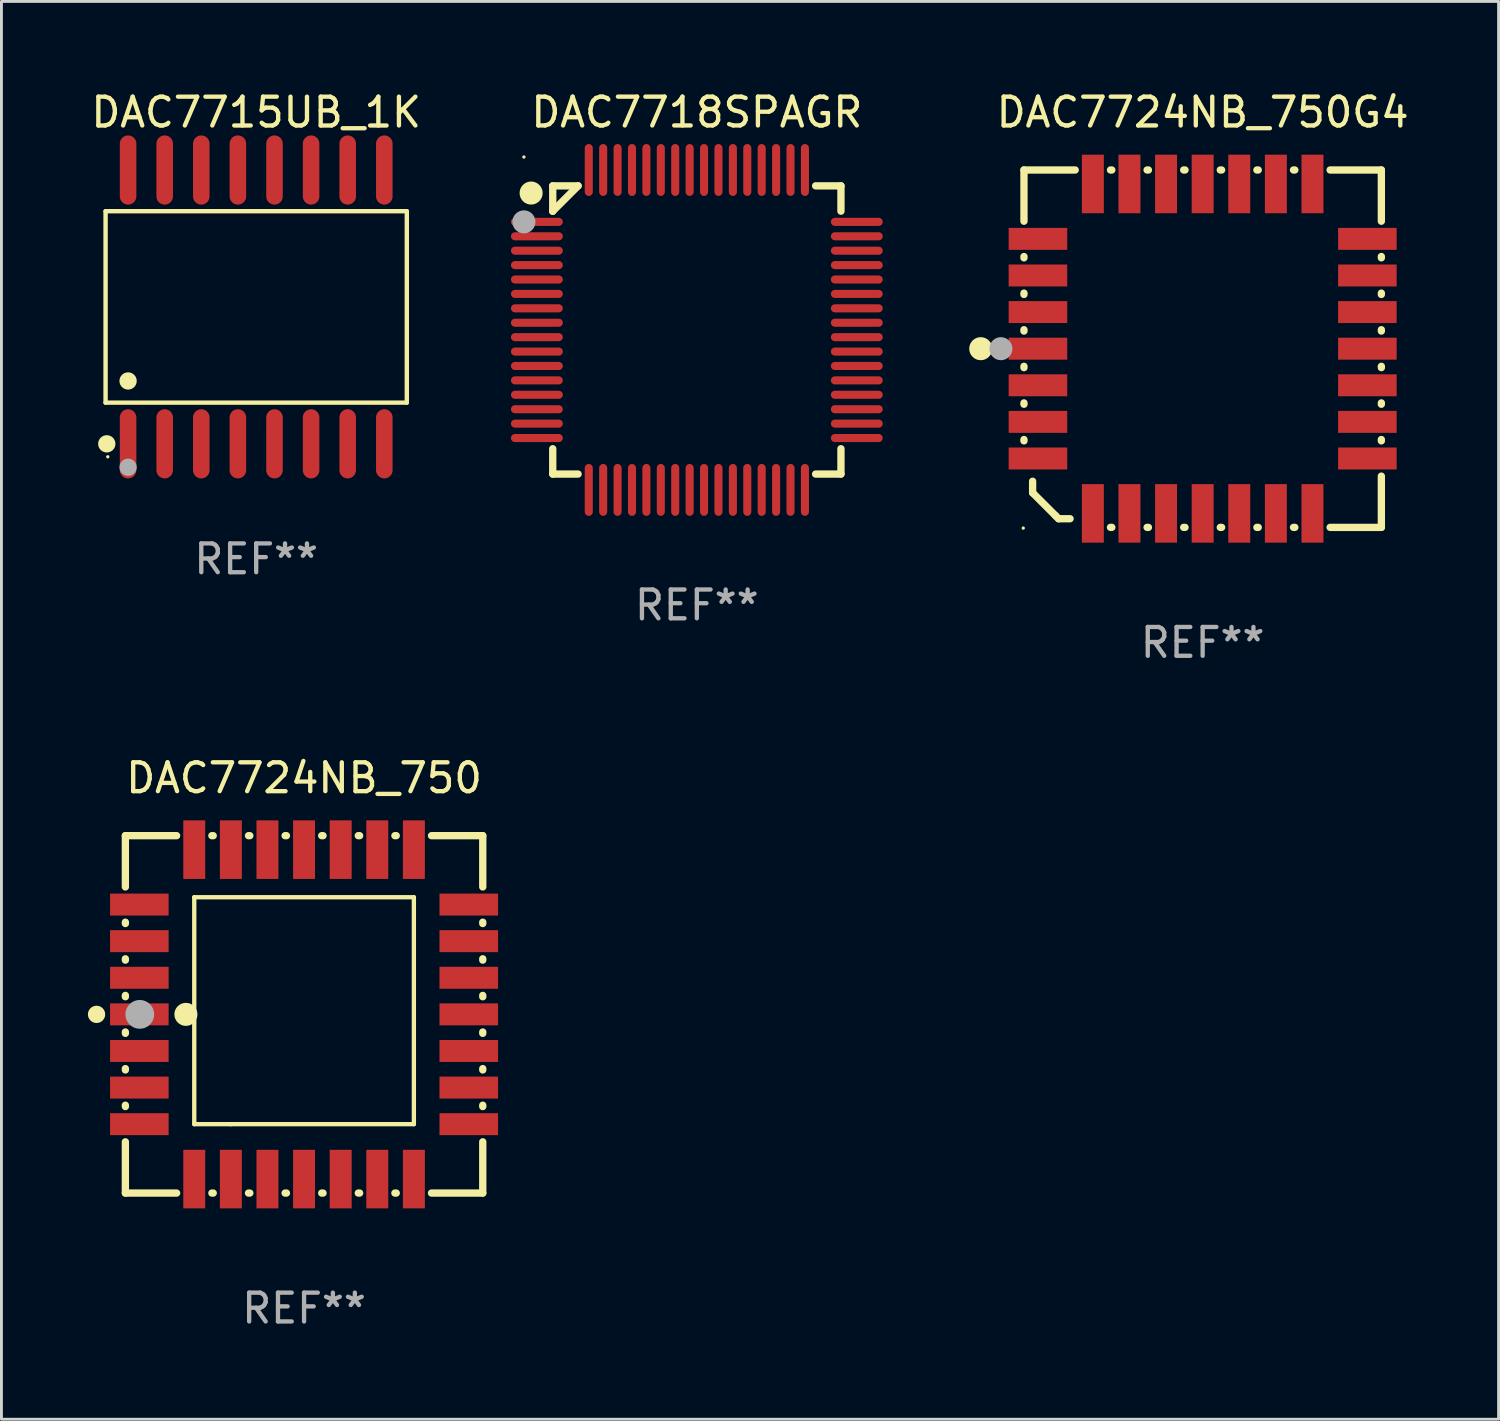
<source format=kicad_pcb>
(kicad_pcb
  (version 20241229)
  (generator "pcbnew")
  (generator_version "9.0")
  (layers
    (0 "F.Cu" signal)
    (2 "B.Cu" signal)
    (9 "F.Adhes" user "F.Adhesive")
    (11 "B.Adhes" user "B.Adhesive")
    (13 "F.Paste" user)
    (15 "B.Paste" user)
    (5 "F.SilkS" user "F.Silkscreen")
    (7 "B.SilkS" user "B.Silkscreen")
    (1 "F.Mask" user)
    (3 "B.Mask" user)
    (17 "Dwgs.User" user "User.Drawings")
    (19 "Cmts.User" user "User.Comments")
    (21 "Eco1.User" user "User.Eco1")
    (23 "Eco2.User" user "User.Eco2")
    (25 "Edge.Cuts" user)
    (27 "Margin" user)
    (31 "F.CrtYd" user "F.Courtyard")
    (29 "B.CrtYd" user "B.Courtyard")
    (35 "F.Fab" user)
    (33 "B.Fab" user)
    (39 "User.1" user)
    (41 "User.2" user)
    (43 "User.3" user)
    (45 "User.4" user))
  (footprint "DAC7724NB_750G4"
    (layer "F.Cu")
    (at 38.678 9.048)
    (property "Reference" "DAC7724NB_750G4" (at 0 -8.2 0) (layer "F.SilkS") (effects (font (size 1 1) (thickness 0.15))))
    (attr through_hole)
    (fp_line (start -6.2 -6.2) (end -4.422 -6.2) (stroke (width 0.254) (type solid)) (layer "F.SilkS"))
    (fp_line (start -6.2 -4.422) (end -6.2 -6.2) (stroke (width 0.254) (type solid)) (layer "F.SilkS"))
    (fp_line (start -6.2 -3.152) (end -6.2 -3.198) (stroke (width 0.254) (type solid)) (layer "F.SilkS"))
    (fp_line (start -6.2 -1.882) (end -6.2 -1.928) (stroke (width 0.254) (type solid)) (layer "F.SilkS"))
    (fp_line (start -6.2 -0.612) (end -6.2 -0.658) (stroke (width 0.254) (type solid)) (layer "F.SilkS"))
    (fp_line (start -6.2 0.658) (end -6.2 0.612) (stroke (width 0.254) (type solid)) (layer "F.SilkS"))
    (fp_line (start -6.2 1.928) (end -6.2 1.882) (stroke (width 0.254) (type solid)) (layer "F.SilkS"))
    (fp_line (start -6.2 3.198) (end -6.2 3.152) (stroke (width 0.254) (type solid)) (layer "F.SilkS"))
    (fp_line (start -5.9 4.6) (end -5.9 5) (stroke (width 0.254) (type solid)) (layer "F.SilkS"))
    (fp_line (start -5.9 5) (end -5.1 5.8) (stroke (width 0.254) (type solid)) (layer "F.SilkS"))
    (fp_line (start -5.1 5.8) (end -5 5.9) (stroke (width 0.254) (type solid)) (layer "F.SilkS"))
    (fp_line (start -5 5.9) (end -4.6 5.9) (stroke (width 0.254) (type solid)) (layer "F.SilkS"))
    (fp_line (start -3.198 -6.2) (end -3.152 -6.2) (stroke (width 0.254) (type solid)) (layer "F.SilkS"))
    (fp_line (start -3.152 6.2) (end -3.198 6.2) (stroke (width 0.254) (type solid)) (layer "F.SilkS"))
    (fp_line (start -1.928 -6.2) (end -1.882 -6.2) (stroke (width 0.254) (type solid)) (layer "F.SilkS"))
    (fp_line (start -1.882 6.2) (end -1.928 6.2) (stroke (width 0.254) (type solid)) (layer "F.SilkS"))
    (fp_line (start -0.658 -6.2) (end -0.612 -6.2) (stroke (width 0.254) (type solid)) (layer "F.SilkS"))
    (fp_line (start -0.612 6.2) (end -0.658 6.2) (stroke (width 0.254) (type solid)) (layer "F.SilkS"))
    (fp_line (start 0.612 -6.2) (end 0.658 -6.2) (stroke (width 0.254) (type solid)) (layer "F.SilkS"))
    (fp_line (start 0.658 6.2) (end 0.612 6.2) (stroke (width 0.254) (type solid)) (layer "F.SilkS"))
    (fp_line (start 1.882 -6.2) (end 1.928 -6.2) (stroke (width 0.254) (type solid)) (layer "F.SilkS"))
    (fp_line (start 1.928 6.2) (end 1.882 6.2) (stroke (width 0.254) (type solid)) (layer "F.SilkS"))
    (fp_line (start 3.152 -6.2) (end 3.198 -6.2) (stroke (width 0.254) (type solid)) (layer "F.SilkS"))
    (fp_line (start 3.198 6.2) (end 3.152 6.2) (stroke (width 0.254) (type solid)) (layer "F.SilkS"))
    (fp_line (start 4.422 -6.2) (end 6.2 -6.2) (stroke (width 0.254) (type solid)) (layer "F.SilkS"))
    (fp_line (start 6.2 -6.2) (end 6.2 -4.422) (stroke (width 0.254) (type solid)) (layer "F.SilkS"))
    (fp_line (start 6.2 -3.198) (end 6.2 -3.152) (stroke (width 0.254) (type solid)) (layer "F.SilkS"))
    (fp_line (start 6.2 -1.928) (end 6.2 -1.882) (stroke (width 0.254) (type solid)) (layer "F.SilkS"))
    (fp_line (start 6.2 -0.658) (end 6.2 -0.612) (stroke (width 0.254) (type solid)) (layer "F.SilkS"))
    (fp_line (start 6.2 0.612) (end 6.2 0.658) (stroke (width 0.254) (type solid)) (layer "F.SilkS"))
    (fp_line (start 6.2 1.882) (end 6.2 1.928) (stroke (width 0.254) (type solid)) (layer "F.SilkS"))
    (fp_line (start 6.2 3.152) (end 6.2 3.198) (stroke (width 0.254) (type solid)) (layer "F.SilkS"))
    (fp_line (start 6.2 4.422) (end 6.2 6.2) (stroke (width 0.254) (type solid)) (layer "F.SilkS"))
    (fp_line (start 6.2 6.2) (end 4.422 6.2) (stroke (width 0.254) (type solid)) (layer "F.SilkS"))
    (fp_circle (center -7.7 0) (end -7.5 0) (stroke (width 0.4) (type solid)) (fill no) (layer "F.SilkS"))
    (fp_circle (center -6.225 6.225) (end -6.195 6.225) (stroke (width 0.06) (type solid)) (fill no) (layer "F.SilkS"))
    (fp_circle (center -7 0) (end -6.8 0) (stroke (width 0.4) (type solid)) (fill no) (layer "F.Fab"))
    (fp_text user "REF**" (at 0 10.2 0) (layer "F.Fab") (effects (font (size 1 1) (thickness 0.15))))
    (pad "1" smd rect (at -5.715 0) (size 2.032 0.762) (layers "F.Cu" "F.Mask" "F.Paste"))
    (pad "2" smd rect (at -5.715 1.27) (size 2.032 0.762) (layers "F.Cu" "F.Mask" "F.Paste"))
    (pad "3" smd rect (at -5.715 2.54) (size 2.032 0.762) (layers "F.Cu" "F.Mask" "F.Paste"))
    (pad "4" smd rect (at -5.715 3.81) (size 2.032 0.762) (layers "F.Cu" "F.Mask" "F.Paste"))
    (pad "5" smd rect (at -3.81 5.715) (size 0.762 2.032) (layers "F.Cu" "F.Mask" "F.Paste"))
    (pad "6" smd rect (at -2.54 5.715) (size 0.762 2.032) (layers "F.Cu" "F.Mask" "F.Paste"))
    (pad "7" smd rect (at -1.27 5.715) (size 0.762 2.032) (layers "F.Cu" "F.Mask" "F.Paste"))
    (pad "8" smd rect (at 0 5.715) (size 0.762 2.032) (layers "F.Cu" "F.Mask" "F.Paste"))
    (pad "9" smd rect (at 1.27 5.715) (size 0.762 2.032) (layers "F.Cu" "F.Mask" "F.Paste"))
    (pad "10" smd rect (at 2.54 5.715) (size 0.762 2.032) (layers "F.Cu" "F.Mask" "F.Paste"))
    (pad "11" smd rect (at 3.81 5.715) (size 0.762 2.032) (layers "F.Cu" "F.Mask" "F.Paste"))
    (pad "12" smd rect (at 5.715 3.81) (size 2.032 0.762) (layers "F.Cu" "F.Mask" "F.Paste"))
    (pad "13" smd rect (at 5.715 2.54) (size 2.032 0.762) (layers "F.Cu" "F.Mask" "F.Paste"))
    (pad "14" smd rect (at 5.715 1.27) (size 2.032 0.762) (layers "F.Cu" "F.Mask" "F.Paste"))
    (pad "15" smd rect (at 5.715 0) (size 2.032 0.762) (layers "F.Cu" "F.Mask" "F.Paste"))
    (pad "16" smd rect (at 5.715 -1.27) (size 2.032 0.762) (layers "F.Cu" "F.Mask" "F.Paste"))
    (pad "17" smd rect (at 5.715 -2.54) (size 2.032 0.762) (layers "F.Cu" "F.Mask" "F.Paste"))
    (pad "18" smd rect (at 5.715 -3.81) (size 2.032 0.762) (layers "F.Cu" "F.Mask" "F.Paste"))
    (pad "19" smd rect (at 3.81 -5.715) (size 0.762 2.032) (layers "F.Cu" "F.Mask" "F.Paste"))
    (pad "20" smd rect (at 2.54 -5.715) (size 0.762 2.032) (layers "F.Cu" "F.Mask" "F.Paste"))
    (pad "21" smd rect (at 1.27 -5.715) (size 0.762 2.032) (layers "F.Cu" "F.Mask" "F.Paste"))
    (pad "22" smd rect (at 0 -5.715) (size 0.762 2.032) (layers "F.Cu" "F.Mask" "F.Paste"))
    (pad "23" smd rect (at -1.27 -5.715) (size 0.762 2.032) (layers "F.Cu" "F.Mask" "F.Paste"))
    (pad "24" smd rect (at -2.54 -5.715) (size 0.762 2.032) (layers "F.Cu" "F.Mask" "F.Paste"))
    (pad "25" smd rect (at -3.81 -5.715) (size 0.762 2.032) (layers "F.Cu" "F.Mask" "F.Paste"))
    (pad "26" smd rect (at -5.715 -3.81) (size 2.032 0.762) (layers "F.Cu" "F.Mask" "F.Paste"))
    (pad "27" smd rect (at -5.715 -2.54) (size 2.032 0.762) (layers "F.Cu" "F.Mask" "F.Paste"))
    (pad "28" smd rect (at -5.715 -1.27) (size 2.032 0.762) (layers "F.Cu" "F.Mask" "F.Paste")))
  (footprint "DAC7718SPAGR"
    (layer "F.Cu")
    (at 21.128 8.398)
    (property "Reference" "DAC7718SPAGR" (at 0 -7.55 0) (layer "F.SilkS") (effects (font (size 1 1) (thickness 0.15))))
    (attr through_hole)
    (fp_line (start -5 -5) (end -4.121 -5) (stroke (width 0.254) (type solid)) (layer "F.SilkS"))
    (fp_line (start -5 -4.121) (end -5 -5) (stroke (width 0.254) (type solid)) (layer "F.SilkS"))
    (fp_line (start -5 -4.121) (end -5 -4.121) (stroke (width 0.254) (type solid)) (layer "F.SilkS"))
    (fp_line (start -5 -4.121) (end -4.121 -5) (stroke (width 0.254) (type solid)) (layer "F.SilkS"))
    (fp_line (start -5 5) (end -5 4.121) (stroke (width 0.254) (type solid)) (layer "F.SilkS"))
    (fp_line (start -4.121 5) (end -5 5) (stroke (width 0.254) (type solid)) (layer "F.SilkS"))
    (fp_line (start 4.121 -5) (end 5 -5) (stroke (width 0.254) (type solid)) (layer "F.SilkS"))
    (fp_line (start 5 -5) (end 5 -4.121) (stroke (width 0.254) (type solid)) (layer "F.SilkS"))
    (fp_line (start 5 4.121) (end 5 5) (stroke (width 0.254) (type solid)) (layer "F.SilkS"))
    (fp_line (start 5 5) (end 4.121 5) (stroke (width 0.254) (type solid)) (layer "F.SilkS"))
    (fp_circle (center -6 -6) (end -5.97 -6) (stroke (width 0.06) (type solid)) (fill no) (layer "F.SilkS"))
    (fp_circle (center -5.75 -4.75) (end -5.55 -4.75) (stroke (width 0.4) (type solid)) (fill no) (layer "F.SilkS"))
    (fp_circle (center -6 -3.75) (end -5.8 -3.75) (stroke (width 0.4) (type solid)) (fill no) (layer "F.Fab"))
    (fp_text user "REF**" (at 0 9.55 0) (layer "F.Fab") (effects (font (size 1 1) (thickness 0.15))))
    (pad "1" smd oval (at -5.55 -3.75 90) (size 0.28 1.8) (layers "F.Cu" "F.Mask" "F.Paste"))
    (pad "2" smd oval (at -5.55 -3.25 90) (size 0.28 1.8) (layers "F.Cu" "F.Mask" "F.Paste"))
    (pad "3" smd oval (at -5.55 -2.75 90) (size 0.28 1.8) (layers "F.Cu" "F.Mask" "F.Paste"))
    (pad "4" smd oval (at -5.55 -2.25 90) (size 0.28 1.8) (layers "F.Cu" "F.Mask" "F.Paste"))
    (pad "5" smd oval (at -5.55 -1.75 90) (size 0.28 1.8) (layers "F.Cu" "F.Mask" "F.Paste"))
    (pad "6" smd oval (at -5.55 -1.25 90) (size 0.28 1.8) (layers "F.Cu" "F.Mask" "F.Paste"))
    (pad "7" smd oval (at -5.55 -0.75 90) (size 0.28 1.8) (layers "F.Cu" "F.Mask" "F.Paste"))
    (pad "8" smd oval (at -5.55 -0.25 90) (size 0.28 1.8) (layers "F.Cu" "F.Mask" "F.Paste"))
    (pad "9" smd oval (at -5.55 0.25 90) (size 0.28 1.8) (layers "F.Cu" "F.Mask" "F.Paste"))
    (pad "10" smd oval (at -5.55 0.75 90) (size 0.28 1.8) (layers "F.Cu" "F.Mask" "F.Paste"))
    (pad "11" smd oval (at -5.55 1.25 90) (size 0.28 1.8) (layers "F.Cu" "F.Mask" "F.Paste"))
    (pad "12" smd oval (at -5.55 1.75 90) (size 0.28 1.8) (layers "F.Cu" "F.Mask" "F.Paste"))
    (pad "13" smd oval (at -5.55 2.25 90) (size 0.28 1.8) (layers "F.Cu" "F.Mask" "F.Paste"))
    (pad "14" smd oval (at -5.55 2.75 90) (size 0.28 1.8) (layers "F.Cu" "F.Mask" "F.Paste"))
    (pad "15" smd oval (at -5.55 3.25 90) (size 0.28 1.8) (layers "F.Cu" "F.Mask" "F.Paste"))
    (pad "16" smd oval (at -5.55 3.75 90) (size 0.28 1.8) (layers "F.Cu" "F.Mask" "F.Paste"))
    (pad "17" smd oval (at -3.75 5.55) (size 0.28 1.8) (layers "F.Cu" "F.Mask" "F.Paste"))
    (pad "18" smd oval (at -3.25 5.55) (size 0.28 1.8) (layers "F.Cu" "F.Mask" "F.Paste"))
    (pad "19" smd oval (at -2.75 5.55) (size 0.28 1.8) (layers "F.Cu" "F.Mask" "F.Paste"))
    (pad "20" smd oval (at -2.25 5.55) (size 0.28 1.8) (layers "F.Cu" "F.Mask" "F.Paste"))
    (pad "21" smd oval (at -1.75 5.55) (size 0.28 1.8) (layers "F.Cu" "F.Mask" "F.Paste"))
    (pad "22" smd oval (at -1.25 5.55) (size 0.28 1.8) (layers "F.Cu" "F.Mask" "F.Paste"))
    (pad "23" smd oval (at -0.75 5.55) (size 0.28 1.8) (layers "F.Cu" "F.Mask" "F.Paste"))
    (pad "24" smd oval (at -0.25 5.55) (size 0.28 1.8) (layers "F.Cu" "F.Mask" "F.Paste"))
    (pad "25" smd oval (at 0.25 5.55) (size 0.28 1.8) (layers "F.Cu" "F.Mask" "F.Paste"))
    (pad "26" smd oval (at 0.75 5.55) (size 0.28 1.8) (layers "F.Cu" "F.Mask" "F.Paste"))
    (pad "27" smd oval (at 1.25 5.55) (size 0.28 1.8) (layers "F.Cu" "F.Mask" "F.Paste"))
    (pad "28" smd oval (at 1.75 5.55) (size 0.28 1.8) (layers "F.Cu" "F.Mask" "F.Paste"))
    (pad "29" smd oval (at 2.25 5.55) (size 0.28 1.8) (layers "F.Cu" "F.Mask" "F.Paste"))
    (pad "30" smd oval (at 2.75 5.55) (size 0.28 1.8) (layers "F.Cu" "F.Mask" "F.Paste"))
    (pad "31" smd oval (at 3.25 5.55) (size 0.28 1.8) (layers "F.Cu" "F.Mask" "F.Paste"))
    (pad "32" smd oval (at 3.75 5.55) (size 0.28 1.8) (layers "F.Cu" "F.Mask" "F.Paste"))
    (pad "33" smd oval (at 5.55 3.75 90) (size 0.28 1.8) (layers "F.Cu" "F.Mask" "F.Paste"))
    (pad "34" smd oval (at 5.55 3.25 90) (size 0.28 1.8) (layers "F.Cu" "F.Mask" "F.Paste"))
    (pad "35" smd oval (at 5.55 2.75 90) (size 0.28 1.8) (layers "F.Cu" "F.Mask" "F.Paste"))
    (pad "36" smd oval (at 5.55 2.25 90) (size 0.28 1.8) (layers "F.Cu" "F.Mask" "F.Paste"))
    (pad "37" smd oval (at 5.55 1.75 90) (size 0.28 1.8) (layers "F.Cu" "F.Mask" "F.Paste"))
    (pad "38" smd oval (at 5.55 1.25 90) (size 0.28 1.8) (layers "F.Cu" "F.Mask" "F.Paste"))
    (pad "39" smd oval (at 5.55 0.75 90) (size 0.28 1.8) (layers "F.Cu" "F.Mask" "F.Paste"))
    (pad "40" smd oval (at 5.55 0.25 90) (size 0.28 1.8) (layers "F.Cu" "F.Mask" "F.Paste"))
    (pad "41" smd oval (at 5.55 -0.25 90) (size 0.28 1.8) (layers "F.Cu" "F.Mask" "F.Paste"))
    (pad "42" smd oval (at 5.55 -0.75 90) (size 0.28 1.8) (layers "F.Cu" "F.Mask" "F.Paste"))
    (pad "43" smd oval (at 5.55 -1.25 90) (size 0.28 1.8) (layers "F.Cu" "F.Mask" "F.Paste"))
    (pad "44" smd oval (at 5.55 -1.75 90) (size 0.28 1.8) (layers "F.Cu" "F.Mask" "F.Paste"))
    (pad "45" smd oval (at 5.55 -2.25 90) (size 0.28 1.8) (layers "F.Cu" "F.Mask" "F.Paste"))
    (pad "46" smd oval (at 5.55 -2.75 90) (size 0.28 1.8) (layers "F.Cu" "F.Mask" "F.Paste"))
    (pad "47" smd oval (at 5.55 -3.25 90) (size 0.28 1.8) (layers "F.Cu" "F.Mask" "F.Paste"))
    (pad "48" smd oval (at 5.55 -3.75 90) (size 0.28 1.8) (layers "F.Cu" "F.Mask" "F.Paste"))
    (pad "49" smd oval (at 3.75 -5.55) (size 0.28 1.8) (layers "F.Cu" "F.Mask" "F.Paste"))
    (pad "50" smd oval (at 3.25 -5.55) (size 0.28 1.8) (layers "F.Cu" "F.Mask" "F.Paste"))
    (pad "51" smd oval (at 2.75 -5.55) (size 0.28 1.8) (layers "F.Cu" "F.Mask" "F.Paste"))
    (pad "52" smd oval (at 2.25 -5.55) (size 0.28 1.8) (layers "F.Cu" "F.Mask" "F.Paste"))
    (pad "53" smd oval (at 1.75 -5.55) (size 0.28 1.8) (layers "F.Cu" "F.Mask" "F.Paste"))
    (pad "54" smd oval (at 1.25 -5.55) (size 0.28 1.8) (layers "F.Cu" "F.Mask" "F.Paste"))
    (pad "55" smd oval (at 0.75 -5.55) (size 0.28 1.8) (layers "F.Cu" "F.Mask" "F.Paste"))
    (pad "56" smd oval (at 0.25 -5.55) (size 0.28 1.8) (layers "F.Cu" "F.Mask" "F.Paste"))
    (pad "57" smd oval (at -0.25 -5.55) (size 0.28 1.8) (layers "F.Cu" "F.Mask" "F.Paste"))
    (pad "58" smd oval (at -0.75 -5.55) (size 0.28 1.8) (layers "F.Cu" "F.Mask" "F.Paste"))
    (pad "59" smd oval (at -1.25 -5.55) (size 0.28 1.8) (layers "F.Cu" "F.Mask" "F.Paste"))
    (pad "60" smd oval (at -1.75 -5.55) (size 0.28 1.8) (layers "F.Cu" "F.Mask" "F.Paste"))
    (pad "61" smd oval (at -2.25 -5.55) (size 0.28 1.8) (layers "F.Cu" "F.Mask" "F.Paste"))
    (pad "62" smd oval (at -2.75 -5.55) (size 0.28 1.8) (layers "F.Cu" "F.Mask" "F.Paste"))
    (pad "63" smd oval (at -3.25 -5.55) (size 0.28 1.8) (layers "F.Cu" "F.Mask" "F.Paste"))
    (pad "64" smd oval (at -3.75 -5.55) (size 0.28 1.8) (layers "F.Cu" "F.Mask" "F.Paste")))
  (footprint "DAC7715UB_1K"
    (layer "F.Cu")
    (at 5.839 7.599)
    (property "Reference" "DAC7715UB_1K" (at 0 -6.75 0) (layer "F.SilkS") (effects (font (size 1 1) (thickness 0.15))))
    (attr through_hole)
    (fp_line (start -5.226 -3.321) (end 5.226 -3.321) (stroke (width 0.152) (type solid)) (layer "F.SilkS"))
    (fp_line (start -5.226 3.321) (end -5.226 -3.321) (stroke (width 0.152) (type solid)) (layer "F.SilkS"))
    (fp_line (start 5.226 -3.321) (end 5.226 3.321) (stroke (width 0.152) (type solid)) (layer "F.SilkS"))
    (fp_line (start 5.226 3.321) (end -5.226 3.321) (stroke (width 0.152) (type solid)) (layer "F.SilkS"))
    (fp_circle (center -5.184 4.75) (end -5.034 4.75) (stroke (width 0.3) (type solid)) (fill no) (layer "F.SilkS"))
    (fp_circle (center -5.15 5.2) (end -5.12 5.2) (stroke (width 0.06) (type solid)) (fill no) (layer "F.SilkS"))
    (fp_circle (center -4.445 2.569) (end -4.295 2.569) (stroke (width 0.3) (type solid)) (fill no) (layer "F.SilkS"))
    (fp_circle (center -4.445 5.563) (end -4.295 5.563) (stroke (width 0.3) (type solid)) (fill no) (layer "F.Fab"))
    (fp_text user "REF**" (at 0 8.75 0) (layer "F.Fab") (effects (font (size 1 1) (thickness 0.15))))
    (pad "1" smd oval (at -4.445 4.75) (size 0.574 2.401) (layers "F.Cu" "F.Mask" "F.Paste"))
    (pad "2" smd oval (at -3.175 4.75) (size 0.574 2.401) (layers "F.Cu" "F.Mask" "F.Paste"))
    (pad "3" smd oval (at -1.905 4.75) (size 0.574 2.401) (layers "F.Cu" "F.Mask" "F.Paste"))
    (pad "4" smd oval (at -0.635 4.75) (size 0.574 2.401) (layers "F.Cu" "F.Mask" "F.Paste"))
    (pad "5" smd oval (at 0.635 4.75) (size 0.574 2.401) (layers "F.Cu" "F.Mask" "F.Paste"))
    (pad "6" smd oval (at 1.905 4.75) (size 0.574 2.401) (layers "F.Cu" "F.Mask" "F.Paste"))
    (pad "7" smd oval (at 3.175 4.75) (size 0.574 2.401) (layers "F.Cu" "F.Mask" "F.Paste"))
    (pad "8" smd oval (at 4.445 4.75) (size 0.574 2.401) (layers "F.Cu" "F.Mask" "F.Paste"))
    (pad "9" smd oval (at 4.445 -4.75) (size 0.574 2.401) (layers "F.Cu" "F.Mask" "F.Paste"))
    (pad "10" smd oval (at 3.175 -4.75) (size 0.574 2.401) (layers "F.Cu" "F.Mask" "F.Paste"))
    (pad "11" smd oval (at 1.905 -4.75) (size 0.574 2.401) (layers "F.Cu" "F.Mask" "F.Paste"))
    (pad "12" smd oval (at 0.635 -4.75) (size 0.574 2.401) (layers "F.Cu" "F.Mask" "F.Paste"))
    (pad "13" smd oval (at -0.635 -4.75) (size 0.574 2.401) (layers "F.Cu" "F.Mask" "F.Paste"))
    (pad "14" smd oval (at -1.905 -4.75) (size 0.574 2.401) (layers "F.Cu" "F.Mask" "F.Paste"))
    (pad "15" smd oval (at -3.175 -4.75) (size 0.574 2.401) (layers "F.Cu" "F.Mask" "F.Paste"))
    (pad "16" smd oval (at -4.445 -4.75) (size 0.574 2.401) (layers "F.Cu" "F.Mask" "F.Paste")))
  (footprint "DAC7724NB_750"
    (layer "F.Cu")
    (at 7.5 32.145)
    (property "Reference" "DAC7724NB_750" (at 0 -8.2 0) (layer "F.SilkS") (effects (font (size 1 1) (thickness 0.15))))
    (attr through_hole)
    (fp_line (start -6.2 -6.2) (end -4.422 -6.2) (stroke (width 0.254) (type solid)) (layer "F.SilkS"))
    (fp_line (start -6.2 -4.422) (end -6.2 -6.2) (stroke (width 0.254) (type solid)) (layer "F.SilkS"))
    (fp_line (start -6.2 -3.152) (end -6.2 -3.198) (stroke (width 0.254) (type solid)) (layer "F.SilkS"))
    (fp_line (start -6.2 -1.882) (end -6.2 -1.928) (stroke (width 0.254) (type solid)) (layer "F.SilkS"))
    (fp_line (start -6.2 -0.612) (end -6.2 -0.658) (stroke (width 0.254) (type solid)) (layer "F.SilkS"))
    (fp_line (start -6.2 0.658) (end -6.2 0.612) (stroke (width 0.254) (type solid)) (layer "F.SilkS"))
    (fp_line (start -6.2 1.928) (end -6.2 1.882) (stroke (width 0.254) (type solid)) (layer "F.SilkS"))
    (fp_line (start -6.2 3.198) (end -6.2 3.152) (stroke (width 0.254) (type solid)) (layer "F.SilkS"))
    (fp_line (start -6.2 6.2) (end -6.2 4.422) (stroke (width 0.254) (type solid)) (layer "F.SilkS"))
    (fp_line (start -4.422 6.2) (end -6.2 6.2) (stroke (width 0.254) (type solid)) (layer "F.SilkS"))
    (fp_line (start -3.81 -4.064) (end 3.81 -4.064) (stroke (width 0.15) (type solid)) (layer "F.SilkS"))
    (fp_line (start -3.81 3.81) (end -3.81 -4.064) (stroke (width 0.15) (type solid)) (layer "F.SilkS"))
    (fp_line (start -3.198 -6.2) (end -3.152 -6.2) (stroke (width 0.254) (type solid)) (layer "F.SilkS"))
    (fp_line (start -3.152 6.2) (end -3.198 6.2) (stroke (width 0.254) (type solid)) (layer "F.SilkS"))
    (fp_line (start -2.54 3.81) (end -3.81 3.81) (stroke (width 0.15) (type solid)) (layer "F.SilkS"))
    (fp_line (start -1.928 -6.2) (end -1.882 -6.2) (stroke (width 0.254) (type solid)) (layer "F.SilkS"))
    (fp_line (start -1.882 6.2) (end -1.928 6.2) (stroke (width 0.254) (type solid)) (layer "F.SilkS"))
    (fp_line (start -0.658 -6.2) (end -0.612 -6.2) (stroke (width 0.254) (type solid)) (layer "F.SilkS"))
    (fp_line (start -0.612 6.2) (end -0.658 6.2) (stroke (width 0.254) (type solid)) (layer "F.SilkS"))
    (fp_line (start 0.612 -6.2) (end 0.658 -6.2) (stroke (width 0.254) (type solid)) (layer "F.SilkS"))
    (fp_line (start 0.658 6.2) (end 0.612 6.2) (stroke (width 0.254) (type solid)) (layer "F.SilkS"))
    (fp_line (start 1.882 -6.2) (end 1.928 -6.2) (stroke (width 0.254) (type solid)) (layer "F.SilkS"))
    (fp_line (start 1.928 6.2) (end 1.882 6.2) (stroke (width 0.254) (type solid)) (layer "F.SilkS"))
    (fp_line (start 3.152 -6.2) (end 3.198 -6.2) (stroke (width 0.254) (type solid)) (layer "F.SilkS"))
    (fp_line (start 3.198 6.2) (end 3.152 6.2) (stroke (width 0.254) (type solid)) (layer "F.SilkS"))
    (fp_line (start 3.81 -4.064) (end 3.81 3.81) (stroke (width 0.15) (type solid)) (layer "F.SilkS"))
    (fp_line (start 3.81 3.81) (end -2.54 3.81) (stroke (width 0.15) (type solid)) (layer "F.SilkS"))
    (fp_line (start 4.422 -6.2) (end 6.2 -6.2) (stroke (width 0.254) (type solid)) (layer "F.SilkS"))
    (fp_line (start 6.2 -6.2) (end 6.2 -4.422) (stroke (width 0.254) (type solid)) (layer "F.SilkS"))
    (fp_line (start 6.2 -3.198) (end 6.2 -3.152) (stroke (width 0.254) (type solid)) (layer "F.SilkS"))
    (fp_line (start 6.2 -1.928) (end 6.2 -1.882) (stroke (width 0.254) (type solid)) (layer "F.SilkS"))
    (fp_line (start 6.2 -0.658) (end 6.2 -0.612) (stroke (width 0.254) (type solid)) (layer "F.SilkS"))
    (fp_line (start 6.2 0.612) (end 6.2 0.658) (stroke (width 0.254) (type solid)) (layer "F.SilkS"))
    (fp_line (start 6.2 1.882) (end 6.2 1.928) (stroke (width 0.254) (type solid)) (layer "F.SilkS"))
    (fp_line (start 6.2 3.152) (end 6.2 3.198) (stroke (width 0.254) (type solid)) (layer "F.SilkS"))
    (fp_line (start 6.2 4.422) (end 6.2 6.2) (stroke (width 0.254) (type solid)) (layer "F.SilkS"))
    (fp_line (start 6.2 6.2) (end 4.422 6.2) (stroke (width 0.254) (type solid)) (layer "F.SilkS"))
    (fp_circle (center -7.2 0) (end -7.05 0) (stroke (width 0.3) (type solid)) (fill no) (layer "F.SilkS"))
    (fp_circle (center -6.223 6.223) (end -6.193 6.223) (stroke (width 0.06) (type solid)) (fill no) (layer "F.SilkS"))
    (fp_circle (center -4.1 0) (end -3.9 0) (stroke (width 0.4) (type solid)) (fill no) (layer "F.SilkS"))
    (fp_circle (center -5.7 0) (end -5.45 0) (stroke (width 0.5) (type solid)) (fill no) (layer "F.Fab"))
    (fp_text user "REF**" (at 0 10.2 0) (layer "F.Fab") (effects (font (size 1 1) (thickness 0.15))))
    (pad "1" smd rect (at -5.715 0) (size 2.032 0.762) (layers "F.Cu" "F.Mask" "F.Paste"))
    (pad "2" smd rect (at -5.715 1.27) (size 2.032 0.762) (layers "F.Cu" "F.Mask" "F.Paste"))
    (pad "3" smd rect (at -5.715 2.54) (size 2.032 0.762) (layers "F.Cu" "F.Mask" "F.Paste"))
    (pad "4" smd rect (at -5.715 3.81) (size 2.032 0.762) (layers "F.Cu" "F.Mask" "F.Paste"))
    (pad "5" smd rect (at -3.81 5.715) (size 0.762 2.032) (layers "F.Cu" "F.Mask" "F.Paste"))
    (pad "6" smd rect (at -2.54 5.715) (size 0.762 2.032) (layers "F.Cu" "F.Mask" "F.Paste"))
    (pad "7" smd rect (at -1.27 5.715) (size 0.762 2.032) (layers "F.Cu" "F.Mask" "F.Paste"))
    (pad "8" smd rect (at 0 5.715) (size 0.762 2.032) (layers "F.Cu" "F.Mask" "F.Paste"))
    (pad "9" smd rect (at 1.27 5.715) (size 0.762 2.032) (layers "F.Cu" "F.Mask" "F.Paste"))
    (pad "10" smd rect (at 2.54 5.715) (size 0.762 2.032) (layers "F.Cu" "F.Mask" "F.Paste"))
    (pad "11" smd rect (at 3.81 5.715) (size 0.762 2.032) (layers "F.Cu" "F.Mask" "F.Paste"))
    (pad "12" smd rect (at 5.715 3.81) (size 2.032 0.762) (layers "F.Cu" "F.Mask" "F.Paste"))
    (pad "13" smd rect (at 5.715 2.54) (size 2.032 0.762) (layers "F.Cu" "F.Mask" "F.Paste"))
    (pad "14" smd rect (at 5.715 1.27) (size 2.032 0.762) (layers "F.Cu" "F.Mask" "F.Paste"))
    (pad "15" smd rect (at 5.715 0) (size 2.032 0.762) (layers "F.Cu" "F.Mask" "F.Paste"))
    (pad "16" smd rect (at 5.715 -1.27) (size 2.032 0.762) (layers "F.Cu" "F.Mask" "F.Paste"))
    (pad "17" smd rect (at 5.715 -2.54) (size 2.032 0.762) (layers "F.Cu" "F.Mask" "F.Paste"))
    (pad "18" smd rect (at 5.715 -3.81) (size 2.032 0.762) (layers "F.Cu" "F.Mask" "F.Paste"))
    (pad "19" smd rect (at 3.81 -5.715) (size 0.762 2.032) (layers "F.Cu" "F.Mask" "F.Paste"))
    (pad "20" smd rect (at 2.54 -5.715) (size 0.762 2.032) (layers "F.Cu" "F.Mask" "F.Paste"))
    (pad "21" smd rect (at 1.27 -5.715) (size 0.762 2.032) (layers "F.Cu" "F.Mask" "F.Paste"))
    (pad "22" smd rect (at 0 -5.715) (size 0.762 2.032) (layers "F.Cu" "F.Mask" "F.Paste"))
    (pad "23" smd rect (at -1.27 -5.715) (size 0.762 2.032) (layers "F.Cu" "F.Mask" "F.Paste"))
    (pad "24" smd rect (at -2.54 -5.715) (size 0.762 2.032) (layers "F.Cu" "F.Mask" "F.Paste"))
    (pad "25" smd rect (at -3.81 -5.715) (size 0.762 2.032) (layers "F.Cu" "F.Mask" "F.Paste"))
    (pad "26" smd rect (at -5.715 -3.81) (size 2.032 0.762) (layers "F.Cu" "F.Mask" "F.Paste"))
    (pad "27" smd rect (at -5.715 -2.54) (size 2.032 0.762) (layers "F.Cu" "F.Mask" "F.Paste"))
    (pad "28" smd rect (at -5.715 -1.27) (size 2.032 0.762) (layers "F.Cu" "F.Mask" "F.Paste")))
  (gr_rect
    (start -3 -3)
    (end 48.946 46.193)
    (stroke (width 0.1) (type default))
    (fill no)
    (layer "Edge.Cuts")))
</source>
